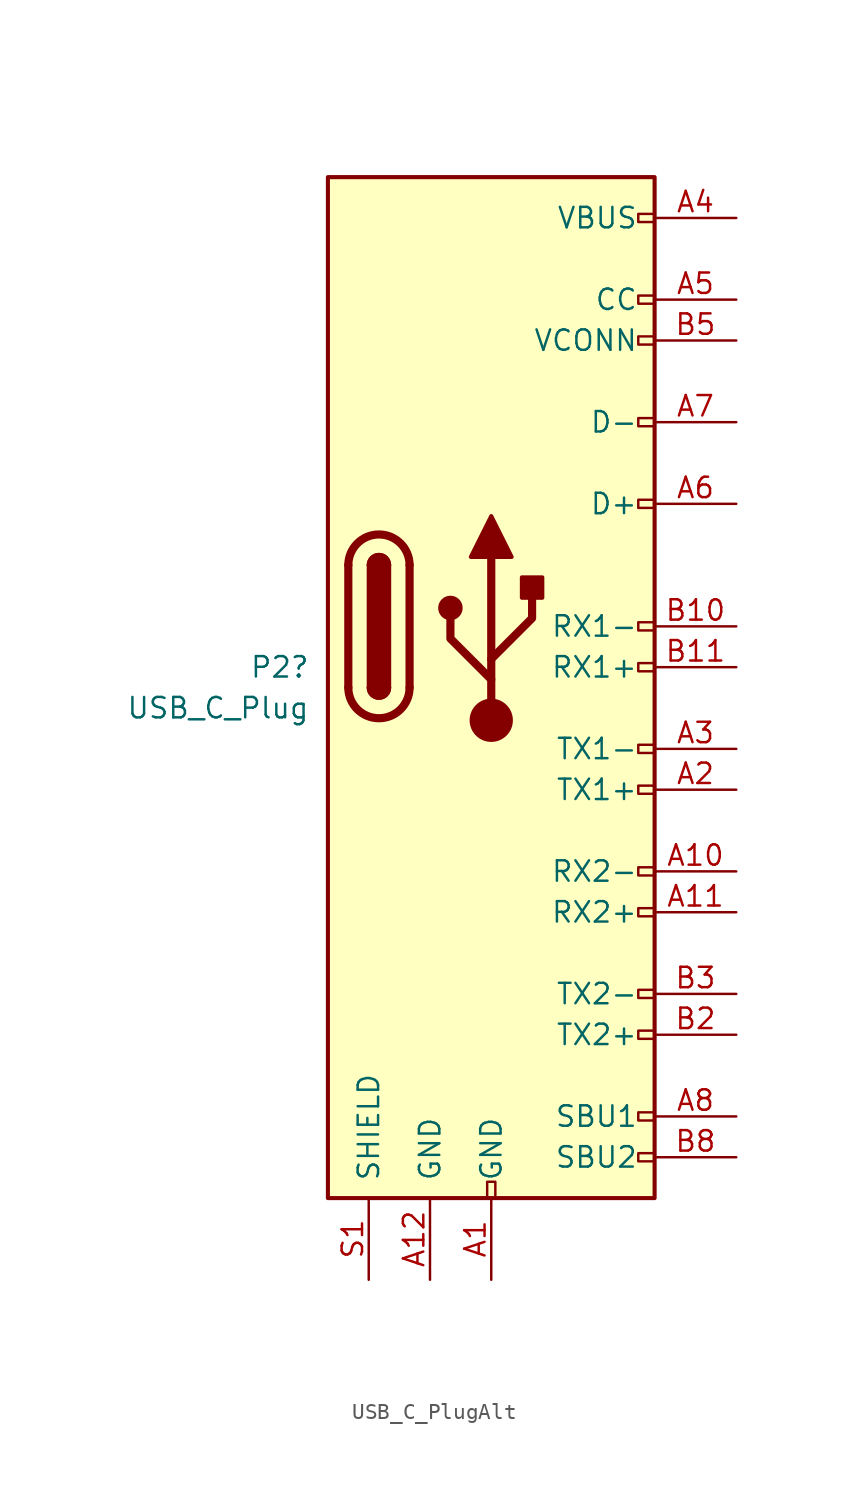
<source format=kicad_sym>
(kicad_symbol_lib
  (version 20220914)
  (generator kicad_symbol_editor)
  (symbol "USB_C_PlugAlt"
    (pin_names
      (offset 1.016))
    (property "Reference" "P2"
      (at -11.272 -2.54 0)
      (effects (font (size 1.27 1.27)) (justify right)))
    (property "Value" "USB_C_Plug"
      (at -11.272 -5.08 0)
      (effects (font (size 1.27 1.27)) (justify right)))
    (symbol "USB_C_PlugAlt_0_0"
      (rectangle (start -0.254 -35.56) (end 0.254 -34.544) (stroke (width 0) (type default)) (fill (type none)))
      (rectangle (start 10.16 -32.766) (end 9.144 -33.274) (stroke (width 0) (type default)) (fill (type none)))
      (rectangle (start 10.16 -30.226) (end 9.144 -30.734) (stroke (width 0) (type default)) (fill (type none)))
      (rectangle (start 10.16 -25.146) (end 9.144 -25.654) (stroke (width 0) (type default)) (fill (type none)))
      (rectangle (start 10.16 -22.606) (end 9.144 -23.114) (stroke (width 0) (type default)) (fill (type none)))
      (rectangle (start 10.16 -17.526) (end 9.144 -18.034) (stroke (width 0) (type default)) (fill (type none)))
      (rectangle (start 10.16 -14.986) (end 9.144 -15.494) (stroke (width 0) (type default)) (fill (type none)))
      (rectangle (start 10.16 -9.906) (end 9.144 -10.414) (stroke (width 0) (type default)) (fill (type none)))
      (rectangle (start 10.16 -7.366) (end 9.144 -7.874) (stroke (width 0) (type default)) (fill (type none)))
      (rectangle (start 10.16 -2.286) (end 9.144 -2.794) (stroke (width 0) (type default)) (fill (type none)))
      (rectangle (start 10.16 0.254) (end 9.144 -0.254) (stroke (width 0) (type default)) (fill (type none)))
      (rectangle (start 10.16 7.874) (end 9.144 7.366) (stroke (width 0) (type default)) (fill (type none)))
      (rectangle (start 10.16 12.954) (end 9.144 12.446) (stroke (width 0) (type default)) (fill (type none)))
      (rectangle (start 10.16 18.034) (end 9.144 17.526) (stroke (width 0) (type default)) (fill (type none)))
      (rectangle (start 10.16 20.574) (end 9.144 20.066) (stroke (width 0) (type default)) (fill (type none)))
      (rectangle (start 10.16 25.654) (end 9.144 25.146) (stroke (width 0) (type default)) (fill (type none))))
    (symbol "USB_C_PlugAlt_0_1"
      (rectangle (start -10.16 27.94) (end 10.16 -35.56) (stroke (width 0.254) (type default)) (fill (type background)))
      (arc (start -8.89 -3.81) (mid -6.985 -5.7067) (end -5.08 -3.81) (stroke (width 0.508) (type default)) (fill (type none)))
      (arc (start -7.62 -3.81) (mid -6.985 -4.4423) (end -6.35 -3.81) (stroke (width 0.254) (type default)) (fill (type none)))
      (arc (start -7.62 -3.81) (mid -6.985 -4.4423) (end -6.35 -3.81) (stroke (width 0.254) (type default)) (fill (type outline)))
      (rectangle (start -7.62 -3.81) (end -6.35 3.81) (stroke (width 0.254) (type default)) (fill (type outline)))
      (arc (start -6.35 3.81) (mid -6.985 4.4423) (end -7.62 3.81) (stroke (width 0.254) (type default)) (fill (type none)))
      (arc (start -6.35 3.81) (mid -6.985 4.4423) (end -7.62 3.81) (stroke (width 0.254) (type default)) (fill (type outline)))
      (arc (start -5.08 3.81) (mid -6.985 5.7067) (end -8.89 3.81) (stroke (width 0.508) (type default)) (fill (type none)))
      (polyline (pts (xy -8.89 -3.81) (xy -8.89 3.81)) (stroke (width 0.508) (type default)) (fill (type none)))
      (polyline (pts (xy -5.08 3.81) (xy -5.08 -3.81)) (stroke (width 0.508) (type default)) (fill (type none))))
    (symbol "USB_C_PlugAlt_1_1"
      (circle (center -2.54 1.143) (radius 0.635) (stroke (width 0.254) (type default)) (fill (type outline)))
      (circle (center 0 -5.842) (radius 1.27) (stroke (width 0) (type default)) (fill (type outline)))
      (polyline (pts (xy 0 -5.842) (xy 0 4.318)) (stroke (width 0.508) (type default)) (fill (type none)))
      (polyline (pts (xy 0 -3.302) (xy -2.54 -0.762) (xy -2.54 0.508)) (stroke (width 0.508) (type default)) (fill (type none)))
      (polyline (pts (xy 0 -2.032) (xy 2.54 0.508) (xy 2.54 1.778)) (stroke (width 0.508) (type default)) (fill (type none)))
      (polyline (pts (xy -1.27 4.318) (xy 0 6.858) (xy 1.27 4.318) (xy -1.27 4.318)) (stroke (width 0.254) (type default)) (fill (type outline)))
      (rectangle (start 1.905 1.778) (end 3.175 3.048) (stroke (width 0.254) (type default)) (fill (type outline)))
      (pin passive line (at 0 -40.64 90) (length 5.08) (name "GND" (effects (font (size 1.27 1.27)))) (number "A1" (effects (font (size 1.27 1.27)))))
      (pin bidirectional line (at 15.24 -15.24 180) (length 5.08) (name "RX2-" (effects (font (size 1.27 1.27)))) (number "A10" (effects (font (size 1.27 1.27)))))
      (pin bidirectional line (at 15.24 -17.78 180) (length 5.08) (name "RX2+" (effects (font (size 1.27 1.27)))) (number "A11" (effects (font (size 1.27 1.27)))))
      (pin passive line (at -3.81 -40.64 90) (length 5.08) (name "GND" (effects (font (size 1.27 1.27)))) (number "A12" (effects (font (size 1.27 1.27)))))
      (pin bidirectional line (at 15.24 -10.16 180) (length 5.08) (name "TX1+" (effects (font (size 1.27 1.27)))) (number "A2" (effects (font (size 1.27 1.27)))))
      (pin bidirectional line (at 15.24 -7.62 180) (length 5.08) (name "TX1-" (effects (font (size 1.27 1.27)))) (number "A3" (effects (font (size 1.27 1.27)))))
      (pin passive line (at 15.24 25.4 180) (length 5.08) (name "VBUS" (effects (font (size 1.27 1.27)))) (number "A4" (effects (font (size 1.27 1.27)))))
      (pin bidirectional line (at 15.24 20.32 180) (length 5.08) (name "CC" (effects (font (size 1.27 1.27)))) (number "A5" (effects (font (size 1.27 1.27)))))
      (pin bidirectional line (at 15.24 7.62 180) (length 5.08) (name "D+" (effects (font (size 1.27 1.27)))) (number "A6" (effects (font (size 1.27 1.27)))))
      (pin bidirectional line (at 15.24 12.7 180) (length 5.08) (name "D-" (effects (font (size 1.27 1.27)))) (number "A7" (effects (font (size 1.27 1.27)))))
      (pin bidirectional line (at 15.24 -30.48 180) (length 5.08) (name "SBU1" (effects (font (size 1.27 1.27)))) (number "A8" (effects (font (size 1.27 1.27)))))
      (pin passive line (at 15.24 25.4 180) (length 5.08) hide (name "VBUS" (effects (font (size 1.27 1.27)))) (number "A9" (effects (font (size 1.27 1.27)))))
      (pin passive line (at 0 -40.64 90) (length 5.08) hide (name "GND" (effects (font (size 1.27 1.27)))) (number "B1" (effects (font (size 1.27 1.27)))))
      (pin bidirectional line (at 15.24 0 180) (length 5.08) (name "RX1-" (effects (font (size 1.27 1.27)))) (number "B10" (effects (font (size 1.27 1.27)))))
      (pin bidirectional line (at 15.24 -2.54 180) (length 5.08) (name "RX1+" (effects (font (size 1.27 1.27)))) (number "B11" (effects (font (size 1.27 1.27)))))
      (pin passive line (at 0 -40.64 90) (length 5.08) hide (name "GND" (effects (font (size 1.27 1.27)))) (number "B12" (effects (font (size 1.27 1.27)))))
      (pin bidirectional line (at 15.24 -25.4 180) (length 5.08) (name "TX2+" (effects (font (size 1.27 1.27)))) (number "B2" (effects (font (size 1.27 1.27)))))
      (pin bidirectional line (at 15.24 -22.86 180) (length 5.08) (name "TX2-" (effects (font (size 1.27 1.27)))) (number "B3" (effects (font (size 1.27 1.27)))))
      (pin passive line (at 15.24 25.4 180) (length 5.08) hide (name "VBUS" (effects (font (size 1.27 1.27)))) (number "B4" (effects (font (size 1.27 1.27)))))
      (pin bidirectional line (at 15.24 17.78 180) (length 5.08) (name "VCONN" (effects (font (size 1.27 1.27)))) (number "B5" (effects (font (size 1.27 1.27)))))
      (pin bidirectional line (at 15.24 -33.02 180) (length 5.08) (name "SBU2" (effects (font (size 1.27 1.27)))) (number "B8" (effects (font (size 1.27 1.27)))))
      (pin passive line (at 15.24 25.4 180) (length 5.08) hide (name "VBUS" (effects (font (size 1.27 1.27)))) (number "B9" (effects (font (size 1.27 1.27)))))
      (pin passive line (at -7.62 -40.64 90) (length 5.08) (name "SHIELD" (effects (font (size 1.27 1.27)))) (number "S1" (effects (font (size 1.27 1.27))))))))
</source>
